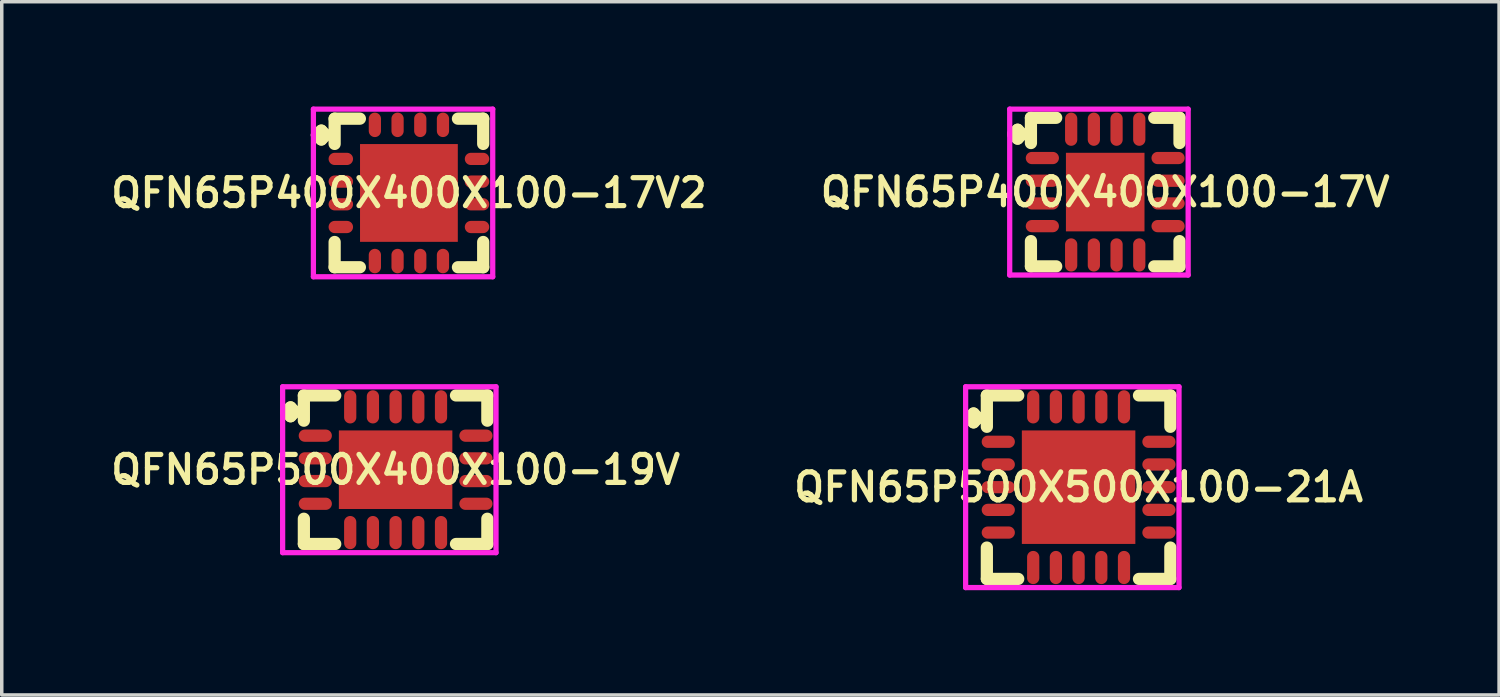
<source format=kicad_pcb>
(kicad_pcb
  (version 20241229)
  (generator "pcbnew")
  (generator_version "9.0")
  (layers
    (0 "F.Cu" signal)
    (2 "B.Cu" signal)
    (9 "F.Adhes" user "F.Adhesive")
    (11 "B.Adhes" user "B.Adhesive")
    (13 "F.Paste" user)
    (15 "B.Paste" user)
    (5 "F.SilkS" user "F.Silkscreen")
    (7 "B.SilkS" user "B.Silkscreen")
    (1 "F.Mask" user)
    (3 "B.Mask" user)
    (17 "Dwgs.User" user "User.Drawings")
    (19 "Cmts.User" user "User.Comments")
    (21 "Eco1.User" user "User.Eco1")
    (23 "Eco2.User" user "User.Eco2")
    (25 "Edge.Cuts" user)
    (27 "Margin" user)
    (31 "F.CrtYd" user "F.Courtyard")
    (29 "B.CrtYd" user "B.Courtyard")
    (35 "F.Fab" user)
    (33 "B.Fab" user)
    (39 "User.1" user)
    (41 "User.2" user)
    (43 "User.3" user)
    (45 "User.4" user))
  (footprint "QFN65P400X400X100-17V"
    (layer "F.Cu")
    (at 28.597 2.45)
    (property "Reference" "QFN65P400X400X100-17V" (at 0 0 0) (layer "F.SilkS") (effects (font (size 0.8 0.8) (thickness 0.15))))
    (attr smd)
    (fp_line (start -2.635 -1.658) (end -2.508 -1.785) (stroke (width 0.35) (type solid)) (layer "F.SilkS"))
    (fp_line (start -2.508 -1.785) (end -2.381 -1.658) (stroke (width 0.35) (type solid)) (layer "F.SilkS"))
    (fp_line (start -2.508 -1.531) (end -2.635 -1.658) (stroke (width 0.35) (type solid)) (layer "F.SilkS"))
    (fp_line (start -2.381 -1.658) (end -2.508 -1.531) (stroke (width 0.35) (type solid)) (layer "F.SilkS"))
    (fp_line (start -2.127 -2.127) (end -1.404 -2.127) (stroke (width 0.35) (type solid)) (layer "F.SilkS"))
    (fp_line (start -2.127 -1.404) (end -2.127 -2.127) (stroke (width 0.35) (type solid)) (layer "F.SilkS"))
    (fp_line (start -2.127 1.404) (end -2.127 2.127) (stroke (width 0.35) (type solid)) (layer "F.SilkS"))
    (fp_line (start -2.127 2.127) (end -1.404 2.127) (stroke (width 0.35) (type solid)) (layer "F.SilkS"))
    (fp_line (start 1.404 -2.127) (end 2.127 -2.127) (stroke (width 0.35) (type solid)) (layer "F.SilkS"))
    (fp_line (start 1.404 2.127) (end 2.127 2.127) (stroke (width 0.35) (type solid)) (layer "F.SilkS"))
    (fp_line (start 2.127 -2.127) (end 2.127 -1.404) (stroke (width 0.35) (type solid)) (layer "F.SilkS"))
    (fp_line (start 2.127 2.127) (end 2.127 1.404) (stroke (width 0.35) (type solid)) (layer "F.SilkS"))
    (fp_line (start -2.735 -2.375) (end 2.375 -2.375) (stroke (width 0.15) (type solid)) (layer "F.CrtYd"))
    (fp_line (start -2.735 2.375) (end -2.735 -2.375) (stroke (width 0.15) (type solid)) (layer "F.CrtYd"))
    (fp_line (start 2.375 -2.375) (end 2.375 2.375) (stroke (width 0.15) (type solid)) (layer "F.CrtYd"))
    (fp_line (start 2.375 2.375) (end -2.735 2.375) (stroke (width 0.15) (type solid)) (layer "F.CrtYd"))
    (pad "1" smd oval (at -1.8 -0.975) (size 0.95 0.35) (layers "F.Cu" "F.Mask" "F.Paste"))
    (pad "2" smd oval (at -1.8 -0.325) (size 0.95 0.35) (layers "F.Cu" "F.Mask" "F.Paste"))
    (pad "3" smd oval (at -1.8 0.325) (size 0.95 0.35) (layers "F.Cu" "F.Mask" "F.Paste"))
    (pad "4" smd oval (at -1.8 0.975) (size 0.95 0.35) (layers "F.Cu" "F.Mask" "F.Paste"))
    (pad "5" smd oval (at -0.975 1.8) (size 0.35 0.95) (layers "F.Cu" "F.Mask" "F.Paste"))
    (pad "6" smd oval (at -0.325 1.8) (size 0.35 0.95) (layers "F.Cu" "F.Mask" "F.Paste"))
    (pad "7" smd oval (at 0.325 1.8) (size 0.35 0.95) (layers "F.Cu" "F.Mask" "F.Paste"))
    (pad "8" smd oval (at 0.975 1.8) (size 0.35 0.95) (layers "F.Cu" "F.Mask" "F.Paste"))
    (pad "9" smd oval (at 1.8 0.975) (size 0.95 0.35) (layers "F.Cu" "F.Mask" "F.Paste"))
    (pad "10" smd oval (at 1.8 0.325) (size 0.95 0.35) (layers "F.Cu" "F.Mask" "F.Paste"))
    (pad "11" smd oval (at 1.8 -0.325) (size 0.95 0.35) (layers "F.Cu" "F.Mask" "F.Paste"))
    (pad "12" smd oval (at 1.8 -0.975) (size 0.95 0.35) (layers "F.Cu" "F.Mask" "F.Paste"))
    (pad "13" smd oval (at 0.975 -1.8) (size 0.35 0.95) (layers "F.Cu" "F.Mask" "F.Paste"))
    (pad "14" smd oval (at 0.325 -1.8) (size 0.35 0.95) (layers "F.Cu" "F.Mask" "F.Paste"))
    (pad "15" smd oval (at -0.325 -1.8) (size 0.35 0.95) (layers "F.Cu" "F.Mask" "F.Paste"))
    (pad "16" smd oval (at -0.975 -1.8) (size 0.35 0.95) (layers "F.Cu" "F.Mask" "F.Paste"))
    (pad "17" smd rect (at 0 0) (size 2.25 2.25) (layers "F.Cu" "F.Mask" "F.Paste")))
  (footprint "QFN65P500X400X100-19V"
    (layer "F.Cu")
    (at 8.278 10.4)
    (property "Reference" "QFN65P500X400X100-19V" (at 0 0 0) (layer "F.SilkS") (effects (font (size 0.8 0.8) (thickness 0.15))))
    (attr smd)
    (fp_line (start -3.135 -1.658) (end -3.008 -1.785) (stroke (width 0.35) (type solid)) (layer "F.SilkS"))
    (fp_line (start -3.008 -1.785) (end -2.881 -1.658) (stroke (width 0.35) (type solid)) (layer "F.SilkS"))
    (fp_line (start -3.008 -1.531) (end -3.135 -1.658) (stroke (width 0.35) (type solid)) (layer "F.SilkS"))
    (fp_line (start -2.881 -1.658) (end -3.008 -1.531) (stroke (width 0.35) (type solid)) (layer "F.SilkS"))
    (fp_line (start -2.627 -2.127) (end -1.729 -2.127) (stroke (width 0.35) (type solid)) (layer "F.SilkS"))
    (fp_line (start -2.627 -1.404) (end -2.627 -2.127) (stroke (width 0.35) (type solid)) (layer "F.SilkS"))
    (fp_line (start -2.627 1.404) (end -2.627 2.127) (stroke (width 0.35) (type solid)) (layer "F.SilkS"))
    (fp_line (start -2.627 2.127) (end -1.729 2.127) (stroke (width 0.35) (type solid)) (layer "F.SilkS"))
    (fp_line (start 1.729 -2.127) (end 2.627 -2.127) (stroke (width 0.35) (type solid)) (layer "F.SilkS"))
    (fp_line (start 1.729 2.127) (end 2.627 2.127) (stroke (width 0.35) (type solid)) (layer "F.SilkS"))
    (fp_line (start 2.627 -2.127) (end 2.627 -1.404) (stroke (width 0.35) (type solid)) (layer "F.SilkS"))
    (fp_line (start 2.627 2.127) (end 2.627 1.404) (stroke (width 0.35) (type solid)) (layer "F.SilkS"))
    (fp_line (start -3.235 -2.375) (end 2.875 -2.375) (stroke (width 0.15) (type solid)) (layer "F.CrtYd"))
    (fp_line (start -3.235 2.375) (end -3.235 -2.375) (stroke (width 0.15) (type solid)) (layer "F.CrtYd"))
    (fp_line (start 2.875 -2.375) (end 2.875 2.375) (stroke (width 0.15) (type solid)) (layer "F.CrtYd"))
    (fp_line (start 2.875 2.375) (end -3.235 2.375) (stroke (width 0.15) (type solid)) (layer "F.CrtYd"))
    (pad "1" smd oval (at -2.3 -0.975) (size 0.95 0.35) (layers "F.Cu" "F.Mask" "F.Paste"))
    (pad "2" smd oval (at -2.3 -0.325) (size 0.95 0.35) (layers "F.Cu" "F.Mask" "F.Paste"))
    (pad "3" smd oval (at -2.3 0.325) (size 0.95 0.35) (layers "F.Cu" "F.Mask" "F.Paste"))
    (pad "4" smd oval (at -2.3 0.975) (size 0.95 0.35) (layers "F.Cu" "F.Mask" "F.Paste"))
    (pad "5" smd oval (at -1.3 1.8) (size 0.35 0.95) (layers "F.Cu" "F.Mask" "F.Paste"))
    (pad "6" smd oval (at -0.65 1.8) (size 0.35 0.95) (layers "F.Cu" "F.Mask" "F.Paste"))
    (pad "7" smd oval (at 0 1.8) (size 0.35 0.95) (layers "F.Cu" "F.Mask" "F.Paste"))
    (pad "8" smd oval (at 0.65 1.8) (size 0.35 0.95) (layers "F.Cu" "F.Mask" "F.Paste"))
    (pad "9" smd oval (at 1.3 1.8) (size 0.35 0.95) (layers "F.Cu" "F.Mask" "F.Paste"))
    (pad "10" smd oval (at 2.3 0.975) (size 0.95 0.35) (layers "F.Cu" "F.Mask" "F.Paste"))
    (pad "11" smd oval (at 2.3 0.325) (size 0.95 0.35) (layers "F.Cu" "F.Mask" "F.Paste"))
    (pad "12" smd oval (at 2.3 -0.325) (size 0.95 0.35) (layers "F.Cu" "F.Mask" "F.Paste"))
    (pad "13" smd oval (at 2.3 -0.975) (size 0.95 0.35) (layers "F.Cu" "F.Mask" "F.Paste"))
    (pad "14" smd oval (at 1.3 -1.8) (size 0.35 0.95) (layers "F.Cu" "F.Mask" "F.Paste"))
    (pad "15" smd oval (at 0.65 -1.8) (size 0.35 0.95) (layers "F.Cu" "F.Mask" "F.Paste"))
    (pad "16" smd oval (at 0 -1.8) (size 0.35 0.95) (layers "F.Cu" "F.Mask" "F.Paste"))
    (pad "17" smd oval (at -0.65 -1.8) (size 0.35 0.95) (layers "F.Cu" "F.Mask" "F.Paste"))
    (pad "18" smd oval (at -1.3 -1.8) (size 0.35 0.95) (layers "F.Cu" "F.Mask" "F.Paste"))
    (pad "19" smd rect (at 0 0) (size 3.25 2.25) (layers "F.Cu" "F.Mask" "F.Paste")))
  (footprint "QFN65P400X400X100-17V2"
    (layer "F.Cu")
    (at 8.659 2.475)
    (property "Reference" "QFN65P400X400X100-17V2" (at 0 0 0) (layer "F.SilkS") (effects (font (size 0.8 0.8) (thickness 0.15))))
    (attr smd)
    (fp_line (start -2.635 -1.658) (end -2.508 -1.785) (stroke (width 0.35) (type solid)) (layer "F.SilkS"))
    (fp_line (start -2.508 -1.785) (end -2.381 -1.658) (stroke (width 0.35) (type solid)) (layer "F.SilkS"))
    (fp_line (start -2.508 -1.531) (end -2.635 -1.658) (stroke (width 0.35) (type solid)) (layer "F.SilkS"))
    (fp_line (start -2.381 -1.658) (end -2.508 -1.531) (stroke (width 0.35) (type solid)) (layer "F.SilkS"))
    (fp_line (start -2.127 -2.127) (end -1.404 -2.127) (stroke (width 0.35) (type solid)) (layer "F.SilkS"))
    (fp_line (start -2.127 -1.404) (end -2.127 -2.127) (stroke (width 0.35) (type solid)) (layer "F.SilkS"))
    (fp_line (start -2.127 1.404) (end -2.127 2.127) (stroke (width 0.35) (type solid)) (layer "F.SilkS"))
    (fp_line (start -2.127 2.127) (end -1.404 2.127) (stroke (width 0.35) (type solid)) (layer "F.SilkS"))
    (fp_line (start 1.404 -2.127) (end 2.127 -2.127) (stroke (width 0.35) (type solid)) (layer "F.SilkS"))
    (fp_line (start 1.404 2.127) (end 2.127 2.127) (stroke (width 0.35) (type solid)) (layer "F.SilkS"))
    (fp_line (start 2.127 -2.127) (end 2.127 -1.404) (stroke (width 0.35) (type solid)) (layer "F.SilkS"))
    (fp_line (start 2.127 2.127) (end 2.127 1.404) (stroke (width 0.35) (type solid)) (layer "F.SilkS"))
    (fp_line (start -2.735 -2.4) (end 2.4 -2.4) (stroke (width 0.15) (type solid)) (layer "F.CrtYd"))
    (fp_line (start -2.735 2.4) (end -2.735 -2.4) (stroke (width 0.15) (type solid)) (layer "F.CrtYd"))
    (fp_line (start 2.4 -2.4) (end 2.4 2.4) (stroke (width 0.15) (type solid)) (layer "F.CrtYd"))
    (fp_line (start 2.4 2.4) (end -2.735 2.4) (stroke (width 0.15) (type solid)) (layer "F.CrtYd"))
    (pad "1" smd oval (at -1.95 -0.975) (size 0.7 0.35) (layers "F.Cu" "F.Mask" "F.Paste"))
    (pad "2" smd oval (at -1.95 -0.325) (size 0.7 0.35) (layers "F.Cu" "F.Mask" "F.Paste"))
    (pad "3" smd oval (at -1.95 0.325) (size 0.7 0.35) (layers "F.Cu" "F.Mask" "F.Paste"))
    (pad "4" smd oval (at -1.95 0.975) (size 0.7 0.35) (layers "F.Cu" "F.Mask" "F.Paste"))
    (pad "5" smd oval (at -0.975 1.95) (size 0.35 0.7) (layers "F.Cu" "F.Mask" "F.Paste"))
    (pad "6" smd oval (at -0.325 1.95) (size 0.35 0.7) (layers "F.Cu" "F.Mask" "F.Paste"))
    (pad "7" smd oval (at 0.325 1.95) (size 0.35 0.7) (layers "F.Cu" "F.Mask" "F.Paste"))
    (pad "8" smd oval (at 0.975 1.95) (size 0.35 0.7) (layers "F.Cu" "F.Mask" "F.Paste"))
    (pad "9" smd oval (at 1.95 0.975) (size 0.7 0.35) (layers "F.Cu" "F.Mask" "F.Paste"))
    (pad "10" smd oval (at 1.95 0.325) (size 0.7 0.35) (layers "F.Cu" "F.Mask" "F.Paste"))
    (pad "11" smd oval (at 1.95 -0.325) (size 0.7 0.35) (layers "F.Cu" "F.Mask" "F.Paste"))
    (pad "12" smd oval (at 1.95 -0.975) (size 0.7 0.35) (layers "F.Cu" "F.Mask" "F.Paste"))
    (pad "13" smd oval (at 0.975 -1.95) (size 0.35 0.7) (layers "F.Cu" "F.Mask" "F.Paste"))
    (pad "14" smd oval (at 0.325 -1.95) (size 0.35 0.7) (layers "F.Cu" "F.Mask" "F.Paste"))
    (pad "15" smd oval (at -0.325 -1.95) (size 0.35 0.7) (layers "F.Cu" "F.Mask" "F.Paste"))
    (pad "16" smd oval (at -0.975 -1.95) (size 0.35 0.7) (layers "F.Cu" "F.Mask" "F.Paste"))
    (pad "17" smd rect (at 0 0) (size 2.8 2.8) (layers "F.Cu" "F.Mask" "F.Paste")))
  (footprint "QFN65P500X500X100-21A"
    (layer "F.Cu")
    (at 27.835 10.9)
    (property "Reference" "QFN65P500X500X100-21A" (at 0 0 0) (layer "F.SilkS") (effects (font (size 0.8 0.8) (thickness 0.15))))
    (attr smd)
    (fp_line (start -3.135 -1.983) (end -3.008 -2.11) (stroke (width 0.35) (type solid)) (layer "F.SilkS"))
    (fp_line (start -3.008 -2.11) (end -2.881 -1.983) (stroke (width 0.35) (type solid)) (layer "F.SilkS"))
    (fp_line (start -3.008 -1.856) (end -3.135 -1.983) (stroke (width 0.35) (type solid)) (layer "F.SilkS"))
    (fp_line (start -2.881 -1.983) (end -3.008 -1.856) (stroke (width 0.35) (type solid)) (layer "F.SilkS"))
    (fp_line (start -2.627 -2.627) (end -1.729 -2.627) (stroke (width 0.35) (type solid)) (layer "F.SilkS"))
    (fp_line (start -2.627 -1.729) (end -2.627 -2.627) (stroke (width 0.35) (type solid)) (layer "F.SilkS"))
    (fp_line (start -2.627 1.729) (end -2.627 2.627) (stroke (width 0.35) (type solid)) (layer "F.SilkS"))
    (fp_line (start -2.627 2.627) (end -1.729 2.627) (stroke (width 0.35) (type solid)) (layer "F.SilkS"))
    (fp_line (start 1.729 -2.627) (end 2.627 -2.627) (stroke (width 0.35) (type solid)) (layer "F.SilkS"))
    (fp_line (start 1.729 2.627) (end 2.627 2.627) (stroke (width 0.35) (type solid)) (layer "F.SilkS"))
    (fp_line (start 2.627 -2.627) (end 2.627 -1.729) (stroke (width 0.35) (type solid)) (layer "F.SilkS"))
    (fp_line (start 2.627 2.627) (end 2.627 1.729) (stroke (width 0.35) (type solid)) (layer "F.SilkS"))
    (fp_line (start -3.235 -2.875) (end 2.875 -2.875) (stroke (width 0.15) (type solid)) (layer "F.CrtYd"))
    (fp_line (start -3.235 2.875) (end -3.235 -2.875) (stroke (width 0.15) (type solid)) (layer "F.CrtYd"))
    (fp_line (start 2.875 -2.875) (end 2.875 2.875) (stroke (width 0.15) (type solid)) (layer "F.CrtYd"))
    (fp_line (start 2.875 2.875) (end -3.235 2.875) (stroke (width 0.15) (type solid)) (layer "F.CrtYd"))
    (pad "1" smd oval (at -2.3 -1.3) (size 0.95 0.35) (layers "F.Cu" "F.Mask" "F.Paste"))
    (pad "2" smd oval (at -2.3 -0.65) (size 0.95 0.35) (layers "F.Cu" "F.Mask" "F.Paste"))
    (pad "3" smd oval (at -2.3 0) (size 0.95 0.35) (layers "F.Cu" "F.Mask" "F.Paste"))
    (pad "4" smd oval (at -2.3 0.65) (size 0.95 0.35) (layers "F.Cu" "F.Mask" "F.Paste"))
    (pad "5" smd oval (at -2.3 1.3) (size 0.95 0.35) (layers "F.Cu" "F.Mask" "F.Paste"))
    (pad "6" smd oval (at -1.3 2.3) (size 0.35 0.95) (layers "F.Cu" "F.Mask" "F.Paste"))
    (pad "7" smd oval (at -0.65 2.3) (size 0.35 0.95) (layers "F.Cu" "F.Mask" "F.Paste"))
    (pad "8" smd oval (at 0 2.3) (size 0.35 0.95) (layers "F.Cu" "F.Mask" "F.Paste"))
    (pad "9" smd oval (at 0.65 2.3) (size 0.35 0.95) (layers "F.Cu" "F.Mask" "F.Paste"))
    (pad "10" smd oval (at 1.3 2.3) (size 0.35 0.95) (layers "F.Cu" "F.Mask" "F.Paste"))
    (pad "11" smd oval (at 2.3 1.3) (size 0.95 0.35) (layers "F.Cu" "F.Mask" "F.Paste"))
    (pad "12" smd oval (at 2.3 0.65) (size 0.95 0.35) (layers "F.Cu" "F.Mask" "F.Paste"))
    (pad "13" smd oval (at 2.3 0) (size 0.95 0.35) (layers "F.Cu" "F.Mask" "F.Paste"))
    (pad "14" smd oval (at 2.3 -0.65) (size 0.95 0.35) (layers "F.Cu" "F.Mask" "F.Paste"))
    (pad "15" smd oval (at 2.3 -1.3) (size 0.95 0.35) (layers "F.Cu" "F.Mask" "F.Paste"))
    (pad "16" smd oval (at 1.3 -2.3) (size 0.35 0.95) (layers "F.Cu" "F.Mask" "F.Paste"))
    (pad "17" smd oval (at 0.65 -2.3) (size 0.35 0.95) (layers "F.Cu" "F.Mask" "F.Paste"))
    (pad "18" smd oval (at 0 -2.3) (size 0.35 0.95) (layers "F.Cu" "F.Mask" "F.Paste"))
    (pad "19" smd oval (at -0.65 -2.3) (size 0.35 0.95) (layers "F.Cu" "F.Mask" "F.Paste"))
    (pad "20" smd oval (at -1.3 -2.3) (size 0.35 0.95) (layers "F.Cu" "F.Mask" "F.Paste"))
    (pad "21" smd rect (at 0 0) (size 3.25 3.25) (layers "F.Cu" "F.Mask" "F.Paste")))
  (gr_rect
    (start -3 -3)
    (end 39.875 16.85)
    (stroke (width 0.1) (type default))
    (fill no)
    (layer "Edge.Cuts")))
</source>
